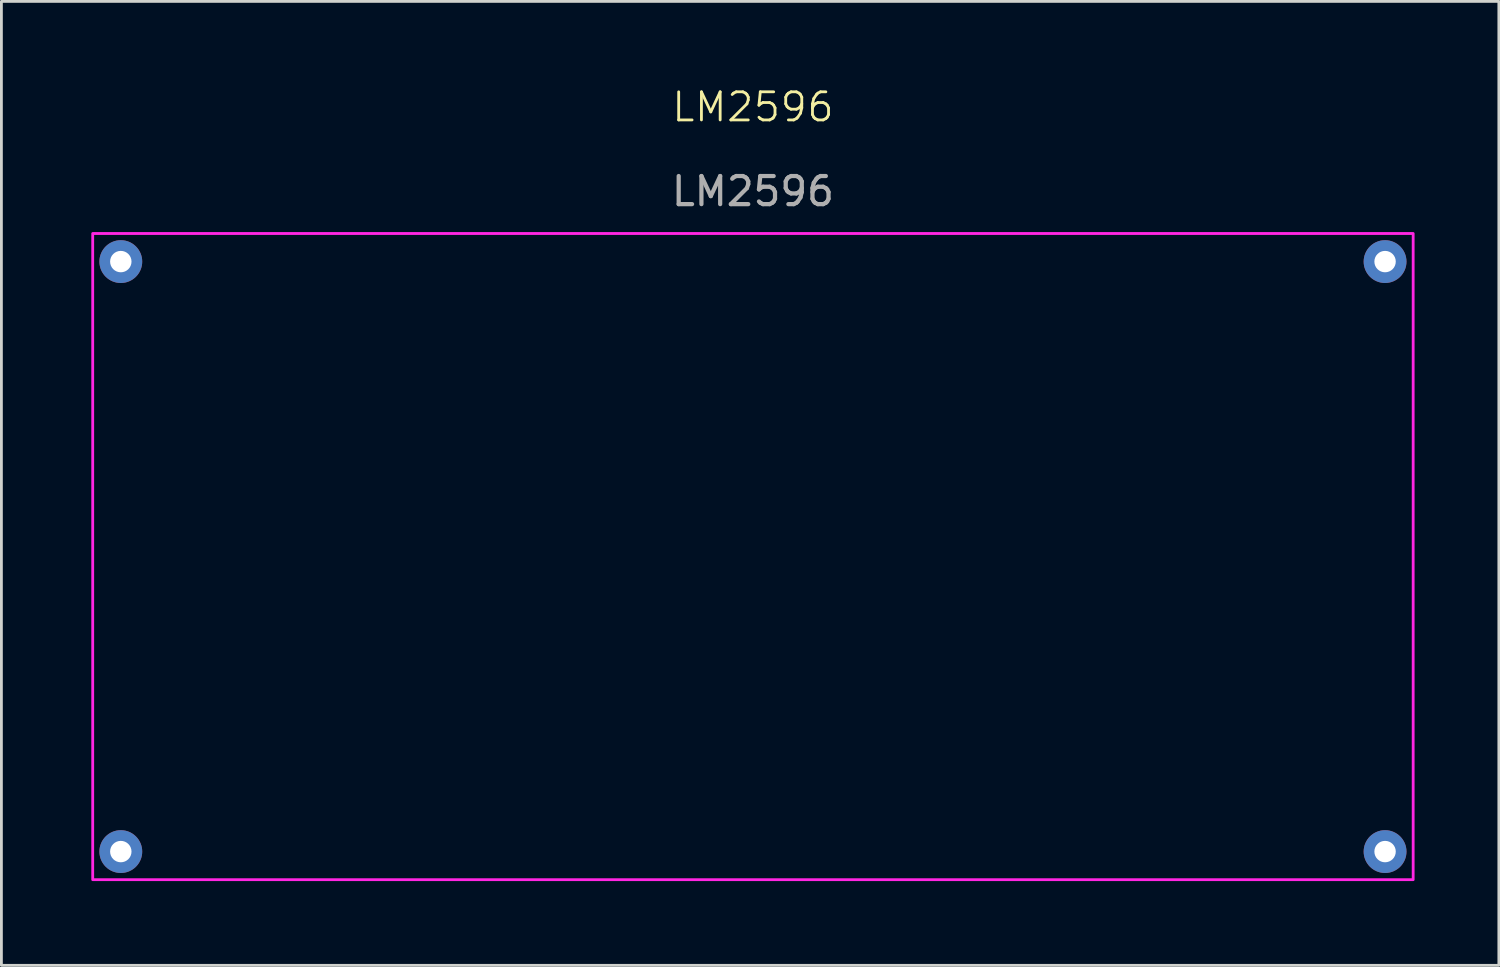
<source format=kicad_pcb>
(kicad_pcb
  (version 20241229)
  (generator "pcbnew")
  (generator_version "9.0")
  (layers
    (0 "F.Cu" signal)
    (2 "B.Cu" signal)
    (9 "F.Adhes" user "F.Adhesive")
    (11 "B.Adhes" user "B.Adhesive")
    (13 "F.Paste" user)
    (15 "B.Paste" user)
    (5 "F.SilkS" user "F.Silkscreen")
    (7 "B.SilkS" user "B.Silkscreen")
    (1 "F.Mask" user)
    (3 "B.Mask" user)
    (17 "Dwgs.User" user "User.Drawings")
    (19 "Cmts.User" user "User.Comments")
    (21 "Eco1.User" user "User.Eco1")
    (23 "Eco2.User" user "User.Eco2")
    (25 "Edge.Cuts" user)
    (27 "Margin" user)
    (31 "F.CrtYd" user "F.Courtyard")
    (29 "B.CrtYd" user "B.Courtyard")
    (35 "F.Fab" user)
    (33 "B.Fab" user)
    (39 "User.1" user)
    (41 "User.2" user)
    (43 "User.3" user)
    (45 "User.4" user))
  (footprint "LM2596"
    (layer "F.Cu")
    (at 0.25 5.261)
    (property "Reference" "LM2596" (at 23.5 -4.5 0) (unlocked yes) (layer "F.SilkS") (effects (font (size 1 1) (thickness 0.1))))
    (attr through_hole)
    (fp_rect (start 0 0) (end 47 23) (stroke (width 0.1) (type default)) (fill no) (layer "F.CrtYd"))
    (fp_text user "${REFERENCE}" (at 23.5 -1.5 0) (unlocked yes) (layer "F.Fab") (effects (font (size 1 1) (thickness 0.15))))
    (pad "1" thru_hole circle (at 1 1) (size 1.524 1.524) (drill 0.762) (layers "*.Cu" "*.Mask"))
    (pad "2" thru_hole circle (at 1 22) (size 1.524 1.524) (drill 0.762) (layers "*.Cu" "*.Mask"))
    (pad "3" thru_hole circle (at 46 1) (size 1.524 1.524) (drill 0.762) (layers "*.Cu" "*.Mask"))
    (pad "4" thru_hole circle (at 46 22) (size 1.524 1.524) (drill 0.762) (layers "*.Cu" "*.Mask")))
  (gr_rect
    (start -3 -3)
    (end 50.3 31.311)
    (stroke (width 0.1) (type default))
    (fill no)
    (layer "Edge.Cuts")))
</source>
